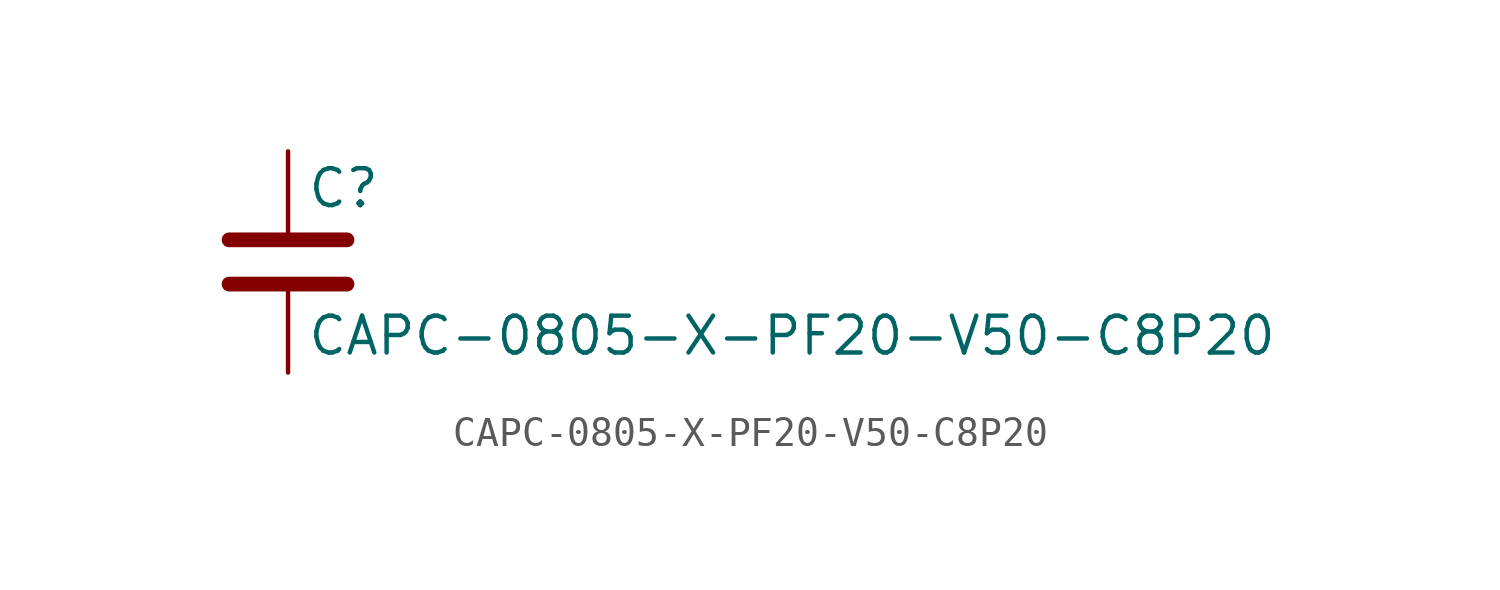
<source format=kicad_sym>
(kicad_symbol_lib
  (version 20211014)
  (generator kicad_symbol_editor)
  (symbol "CAPC-0805-X-PF20-V50-C8P20"
    (pin_numbers hide)
    (pin_names
      (offset 0.254))
    (property "Reference" "C"
      (at 0.635 2.54 0)
      (effects (font (size 1.27 1.27)) (justify left)))
    (property "Value" "CAPC-0805-X-PF20-V50-C8P20"
      (at 0.635 -2.54 0)
      (effects (font (size 1.27 1.27)) (justify left)))
    (symbol "CAPC-0805-X-PF20-V50-C8P20_0_1"
      (polyline (pts (xy -2.032 -0.762) (xy 2.032 -0.762)) (stroke (width 0.508) (type default) (color 0 0 0 0)) (fill (type none)))
      (polyline (pts (xy -2.032 0.762) (xy 2.032 0.762)) (stroke (width 0.508) (type default) (color 0 0 0 0)) (fill (type none))))
    (symbol "CAPC-0805-X-PF20-V50-C8P20_1_1"
      (pin passive line (at 0 3.81 270) (length 2.794) (name "~" (effects (font (size 1.27 1.27)))) (number "1" (effects (font (size 1.27 1.27)))))
      (pin passive line (at 0 -3.81 90) (length 2.794) (name "~" (effects (font (size 1.27 1.27)))) (number "2" (effects (font (size 1.27 1.27))))))))
</source>
